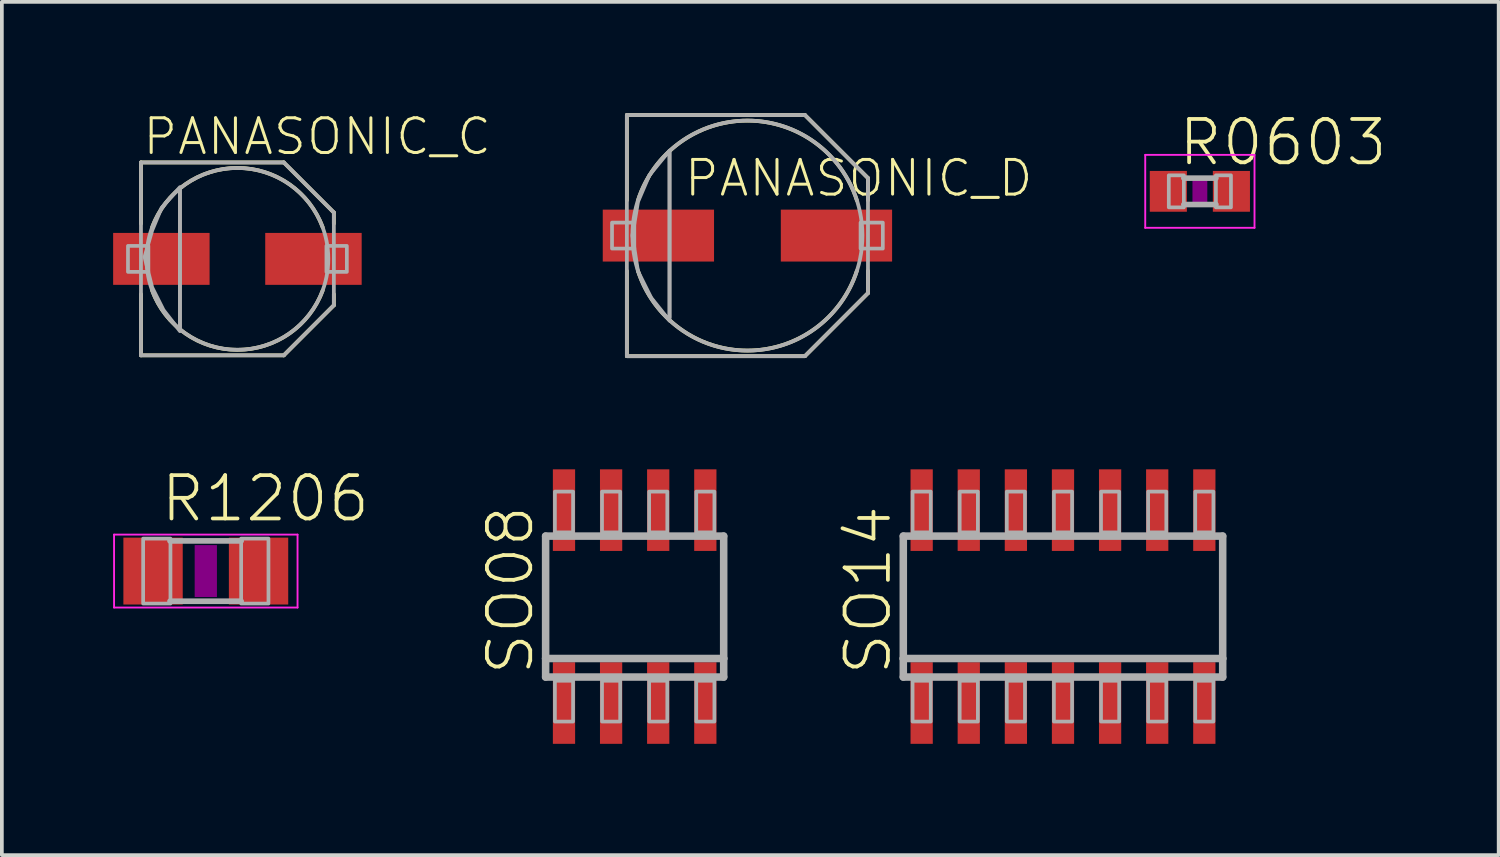
<source format=kicad_pcb>
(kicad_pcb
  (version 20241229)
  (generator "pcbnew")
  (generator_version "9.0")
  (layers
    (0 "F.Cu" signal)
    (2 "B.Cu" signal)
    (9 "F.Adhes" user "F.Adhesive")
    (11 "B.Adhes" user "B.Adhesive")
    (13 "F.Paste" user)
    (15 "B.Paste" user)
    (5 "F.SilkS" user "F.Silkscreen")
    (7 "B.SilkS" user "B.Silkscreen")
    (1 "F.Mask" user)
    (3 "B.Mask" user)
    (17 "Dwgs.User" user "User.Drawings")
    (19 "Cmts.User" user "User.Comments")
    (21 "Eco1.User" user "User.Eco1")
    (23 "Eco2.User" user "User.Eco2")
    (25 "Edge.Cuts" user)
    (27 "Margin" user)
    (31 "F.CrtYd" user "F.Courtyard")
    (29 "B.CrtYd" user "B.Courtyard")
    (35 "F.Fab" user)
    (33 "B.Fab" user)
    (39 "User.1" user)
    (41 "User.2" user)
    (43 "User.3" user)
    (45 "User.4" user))
  (footprint "R1206"
    (layer "F.Cu")
    (at 2.498 12.345)
    (property "Reference" "R1206" (at -1.27 -1.27 0) (layer "F.SilkS") (effects (font (size 1.168 1.168) (thickness 0.102)) (justify left bottom)))
    (fp_poly (pts (xy -0.3 0.7) (xy 0.3 0.7) (xy 0.3 -0.7) (xy -0.3 -0.7)) (stroke (width 0) (type solid)) (fill yes) (layer "F.Adhes"))
    (fp_line (start -2.473 -0.983) (end 2.473 -0.983) (stroke (width 0.051) (type solid)) (layer "F.CrtYd"))
    (fp_line (start -2.473 0.983) (end -2.473 -0.983) (stroke (width 0.051) (type solid)) (layer "F.CrtYd"))
    (fp_line (start 2.473 -0.983) (end 2.473 0.983) (stroke (width 0.051) (type solid)) (layer "F.CrtYd"))
    (fp_line (start 2.473 0.983) (end -2.473 0.983) (stroke (width 0.051) (type solid)) (layer "F.CrtYd"))
    (fp_line (start 0.953 -0.813) (end -0.965 -0.813) (stroke (width 0.152) (type solid)) (layer "F.Fab"))
    (fp_line (start 0.953 0.813) (end -0.965 0.813) (stroke (width 0.152) (type solid)) (layer "F.Fab"))
    (fp_poly (pts (xy -1.689 0.876) (xy -0.953 0.876) (xy -0.953 -0.876) (xy -1.689 -0.876)) (stroke (width 0.1) (type solid)) (fill no) (layer "F.Fab"))
    (fp_poly (pts (xy 0.953 0.876) (xy 1.689 0.876) (xy 1.689 -0.876) (xy 0.953 -0.876)) (stroke (width 0.1) (type solid)) (fill no) (layer "F.Fab"))
    (pad "1" smd rect (at -1.422 0) (size 1.6 1.803) (layers "F.Cu" "F.Mask" "F.Paste"))
    (pad "2" smd rect (at 1.422 0) (size 1.6 1.803) (layers "F.Cu" "F.Mask" "F.Paste")))
  (footprint "PANASONIC_C"
    (layer "F.Cu")
    (at 3.35 3.929)
    (property "Reference" "PANASONIC_C" (at -2.6 -2.75 0) (layer "F.SilkS") (effects (font (size 0.935 0.935) (thickness 0.081)) (justify left bottom)))
    (fp_line (start -2.6 -2.6) (end 1.25 -2.6) (stroke (width 0.102) (type solid)) (layer "F.SilkS"))
    (fp_line (start -2.6 -0.95) (end -2.6 -2.6) (stroke (width 0.102) (type solid)) (layer "F.SilkS"))
    (fp_line (start -2.6 2.6) (end -2.6 0.95) (stroke (width 0.102) (type solid)) (layer "F.SilkS"))
    (fp_line (start 1.25 -2.6) (end 2.6 -1.25) (stroke (width 0.102) (type solid)) (layer "F.SilkS"))
    (fp_line (start 1.25 2.6) (end -2.6 2.6) (stroke (width 0.102) (type solid)) (layer "F.SilkS"))
    (fp_line (start 2.6 -1.25) (end 2.6 -0.95) (stroke (width 0.102) (type solid)) (layer "F.SilkS"))
    (fp_line (start 2.6 0.95) (end 2.6 1.25) (stroke (width 0.102) (type solid)) (layer "F.SilkS"))
    (fp_line (start 2.6 1.25) (end 1.25 2.6) (stroke (width 0.102) (type solid)) (layer "F.SilkS"))
    (fp_arc (start -2.3 -0.85) (mid 0 -2.45204) (end 2.3 -0.85) (stroke (width 0.1016) (type solid)) (layer "F.SilkS"))
    (fp_arc (start 2.3 0.85) (mid 0 2.45204) (end -2.3 0.85) (stroke (width 0.1016) (type solid)) (layer "F.SilkS"))
    (fp_line (start -2.6 -2.6) (end 1.25 -2.6) (stroke (width 0.102) (type solid)) (layer "F.Fab"))
    (fp_line (start -2.6 2.6) (end -2.6 -2.6) (stroke (width 0.102) (type solid)) (layer "F.Fab"))
    (fp_line (start -1.55 -1.85) (end -1.55 1.85) (stroke (width 0.102) (type solid)) (layer "F.Fab"))
    (fp_line (start 1.25 -2.6) (end 2.6 -1.25) (stroke (width 0.102) (type solid)) (layer "F.Fab"))
    (fp_line (start 1.25 2.6) (end -2.6 2.6) (stroke (width 0.102) (type solid)) (layer "F.Fab"))
    (fp_line (start 2.6 -1.25) (end 2.6 1.25) (stroke (width 0.102) (type solid)) (layer "F.Fab"))
    (fp_line (start 2.6 1.25) (end 1.25 2.6) (stroke (width 0.102) (type solid)) (layer "F.Fab"))
    (fp_circle (center 0 0) (end 2.45 0) (stroke (width 0.102) (type solid)) (fill no) (layer "F.Fab"))
    (fp_poly (pts (xy -2.95 0.35) (xy -2.4 0.35) (xy -2.4 -0.35) (xy -2.95 -0.35)) (stroke (width 0.1) (type solid)) (fill no) (layer "F.Fab"))
    (fp_poly (pts (xy 2.4 0.35) (xy 2.95 0.35) (xy 2.95 -0.35) (xy 2.4 -0.35)) (stroke (width 0.1) (type solid)) (fill no) (layer "F.Fab"))
    (fp_poly (pts (xy -1.549 1.948) (xy -1.993 1.377) (xy -2.298 0.768) (xy -2.503 -0.051) (xy -2.298 -0.767) (xy -2.044 -1.377) (xy -1.549 -1.934)) (stroke (width 0.1) (type solid)) (fill no) (layer "F.Fab"))
    (pad "+" smd rect (at 2.05 0) (size 2.6 1.4) (layers "F.Cu" "F.Mask" "F.Paste"))
    (pad "-" smd rect (at -2.05 0) (size 2.6 1.4) (layers "F.Cu" "F.Mask" "F.Paste")))
  (footprint "PANASONIC_D"
    (layer "F.Cu")
    (at 17.099 3.301)
    (property "Reference" "PANASONIC_D" (at -1.75 -1 0) (layer "F.SilkS") (effects (font (size 0.935 0.935) (thickness 0.081)) (justify left bottom)))
    (fp_line (start -3.25 -3.25) (end 1.55 -3.25) (stroke (width 0.102) (type solid)) (layer "F.SilkS"))
    (fp_line (start -3.25 -0.95) (end -3.25 -3.25) (stroke (width 0.102) (type solid)) (layer "F.SilkS"))
    (fp_line (start -3.25 3.25) (end -3.25 0.95) (stroke (width 0.102) (type solid)) (layer "F.SilkS"))
    (fp_line (start 1.55 -3.25) (end 3.25 -1.55) (stroke (width 0.102) (type solid)) (layer "F.SilkS"))
    (fp_line (start 1.55 3.25) (end -3.25 3.25) (stroke (width 0.102) (type solid)) (layer "F.SilkS"))
    (fp_line (start 3.25 -1.55) (end 3.25 -0.95) (stroke (width 0.102) (type solid)) (layer "F.SilkS"))
    (fp_line (start 3.25 0.95) (end 3.25 1.55) (stroke (width 0.102) (type solid)) (layer "F.SilkS"))
    (fp_line (start 3.25 1.55) (end 1.55 3.25) (stroke (width 0.102) (type solid)) (layer "F.SilkS"))
    (fp_arc (start -2.95 -0.95) (mid 0 -3.099193) (end 2.95 -0.95) (stroke (width 0.1016) (type solid)) (layer "F.SilkS"))
    (fp_arc (start 2.95 0.95) (mid 0 3.099193) (end -2.95 0.95) (stroke (width 0.1016) (type solid)) (layer "F.SilkS"))
    (fp_line (start -3.25 -3.25) (end 1.55 -3.25) (stroke (width 0.102) (type solid)) (layer "F.Fab"))
    (fp_line (start -3.25 3.25) (end -3.25 -3.25) (stroke (width 0.102) (type solid)) (layer "F.Fab"))
    (fp_line (start -2.1 -2.25) (end -2.1 2.2) (stroke (width 0.102) (type solid)) (layer "F.Fab"))
    (fp_line (start 1.55 -3.25) (end 3.25 -1.55) (stroke (width 0.102) (type solid)) (layer "F.Fab"))
    (fp_line (start 1.55 3.25) (end -3.25 3.25) (stroke (width 0.102) (type solid)) (layer "F.Fab"))
    (fp_line (start 3.25 -1.55) (end 3.25 1.55) (stroke (width 0.102) (type solid)) (layer "F.Fab"))
    (fp_line (start 3.25 1.55) (end 1.55 3.25) (stroke (width 0.102) (type solid)) (layer "F.Fab"))
    (fp_circle (center 0 0) (end 3.1 0) (stroke (width 0.102) (type solid)) (fill no) (layer "F.Fab"))
    (fp_poly (pts (xy -3.65 0.35) (xy -3.05 0.35) (xy -3.05 -0.35) (xy -3.65 -0.35)) (stroke (width 0.1) (type solid)) (fill no) (layer "F.Fab"))
    (fp_poly (pts (xy 3.05 0.35) (xy 3.65 0.35) (xy 3.65 -0.35) (xy 3.05 -0.35)) (stroke (width 0.1) (type solid)) (fill no) (layer "F.Fab"))
    (fp_poly (pts (xy -2.099 2.295) (xy -2.593 1.678) (xy -2.949 0.966) (xy -3.101 -0.00022) (xy -2.949 -0.914) (xy -2.644 -1.627) (xy -2.099 -2.292)) (stroke (width 0.1) (type solid)) (fill no) (layer "F.Fab"))
    (pad "+" smd rect (at 2.4 0) (size 3 1.4) (layers "F.Cu" "F.Mask" "F.Paste"))
    (pad "-" smd rect (at -2.4 0) (size 3 1.4) (layers "F.Cu" "F.Mask" "F.Paste")))
  (footprint "SO14"
    (layer "F.Cu")
    (at 25.606 13.302)
    (property "Reference" "SO14" (at -4.572 1.905 90) (layer "F.SilkS") (effects (font (size 1.168 1.168) (thickness 0.102)) (justify left bottom)))
    (fp_line (start -4.305 -1.9) (end 4.305 -1.9) (stroke (width 0.203) (type solid)) (layer "F.Fab"))
    (fp_line (start -4.305 1.4) (end -4.305 -1.9) (stroke (width 0.203) (type solid)) (layer "F.Fab"))
    (fp_line (start -4.305 1.9) (end -4.305 1.4) (stroke (width 0.203) (type solid)) (layer "F.Fab"))
    (fp_line (start 4.305 -1.9) (end 4.305 1.4) (stroke (width 0.203) (type solid)) (layer "F.Fab"))
    (fp_line (start 4.305 1.4) (end -4.305 1.4) (stroke (width 0.203) (type solid)) (layer "F.Fab"))
    (fp_line (start 4.305 1.4) (end 4.305 1.9) (stroke (width 0.203) (type solid)) (layer "F.Fab"))
    (fp_line (start 4.305 1.9) (end -4.305 1.9) (stroke (width 0.203) (type solid)) (layer "F.Fab"))
    (fp_poly (pts (xy -4.055 -2) (xy -3.565 -2) (xy -3.565 -3.1) (xy -4.055 -3.1)) (stroke (width 0.1) (type solid)) (fill no) (layer "F.Fab"))
    (fp_poly (pts (xy -4.055 3.1) (xy -3.565 3.1) (xy -3.565 2) (xy -4.055 2)) (stroke (width 0.1) (type solid)) (fill no) (layer "F.Fab"))
    (fp_poly (pts (xy -2.785 -2) (xy -2.295 -2) (xy -2.295 -3.1) (xy -2.785 -3.1)) (stroke (width 0.1) (type solid)) (fill no) (layer "F.Fab"))
    (fp_poly (pts (xy -2.785 3.1) (xy -2.295 3.1) (xy -2.295 2) (xy -2.785 2)) (stroke (width 0.1) (type solid)) (fill no) (layer "F.Fab"))
    (fp_poly (pts (xy -1.515 -2) (xy -1.025 -2) (xy -1.025 -3.1) (xy -1.515 -3.1)) (stroke (width 0.1) (type solid)) (fill no) (layer "F.Fab"))
    (fp_poly (pts (xy -1.515 3.1) (xy -1.025 3.1) (xy -1.025 2) (xy -1.515 2)) (stroke (width 0.1) (type solid)) (fill no) (layer "F.Fab"))
    (fp_poly (pts (xy -0.245 -2) (xy 0.245 -2) (xy 0.245 -3.1) (xy -0.245 -3.1)) (stroke (width 0.1) (type solid)) (fill no) (layer "F.Fab"))
    (fp_poly (pts (xy -0.245 3.1) (xy 0.245 3.1) (xy 0.245 2) (xy -0.245 2)) (stroke (width 0.1) (type solid)) (fill no) (layer "F.Fab"))
    (fp_poly (pts (xy 1.025 -2) (xy 1.515 -2) (xy 1.515 -3.1) (xy 1.025 -3.1)) (stroke (width 0.1) (type solid)) (fill no) (layer "F.Fab"))
    (fp_poly (pts (xy 1.025 3.1) (xy 1.515 3.1) (xy 1.515 2) (xy 1.025 2)) (stroke (width 0.1) (type solid)) (fill no) (layer "F.Fab"))
    (fp_poly (pts (xy 2.295 -2) (xy 2.785 -2) (xy 2.785 -3.1) (xy 2.295 -3.1)) (stroke (width 0.1) (type solid)) (fill no) (layer "F.Fab"))
    (fp_poly (pts (xy 2.295 3.1) (xy 2.785 3.1) (xy 2.785 2) (xy 2.295 2)) (stroke (width 0.1) (type solid)) (fill no) (layer "F.Fab"))
    (fp_poly (pts (xy 3.565 -2) (xy 4.055 -2) (xy 4.055 -3.1) (xy 3.565 -3.1)) (stroke (width 0.1) (type solid)) (fill no) (layer "F.Fab"))
    (fp_poly (pts (xy 3.565 3.1) (xy 4.055 3.1) (xy 4.055 2) (xy 3.565 2)) (stroke (width 0.1) (type solid)) (fill no) (layer "F.Fab"))
    (pad "1" smd rect (at -3.81 2.6) (size 0.6 2.2) (layers "F.Cu" "F.Mask" "F.Paste"))
    (pad "2" smd rect (at -2.54 2.6) (size 0.6 2.2) (layers "F.Cu" "F.Mask" "F.Paste"))
    (pad "3" smd rect (at -1.27 2.6) (size 0.6 2.2) (layers "F.Cu" "F.Mask" "F.Paste"))
    (pad "4" smd rect (at 0 2.6) (size 0.6 2.2) (layers "F.Cu" "F.Mask" "F.Paste"))
    (pad "5" smd rect (at 1.27 2.6) (size 0.6 2.2) (layers "F.Cu" "F.Mask" "F.Paste"))
    (pad "6" smd rect (at 2.54 2.6) (size 0.6 2.2) (layers "F.Cu" "F.Mask" "F.Paste"))
    (pad "7" smd rect (at 3.81 2.6) (size 0.6 2.2) (layers "F.Cu" "F.Mask" "F.Paste"))
    (pad "8" smd rect (at 3.81 -2.6) (size 0.6 2.2) (layers "F.Cu" "F.Mask" "F.Paste"))
    (pad "9" smd rect (at 2.54 -2.6) (size 0.6 2.2) (layers "F.Cu" "F.Mask" "F.Paste"))
    (pad "10" smd rect (at 1.27 -2.6) (size 0.6 2.2) (layers "F.Cu" "F.Mask" "F.Paste"))
    (pad "11" smd rect (at 0 -2.6) (size 0.6 2.2) (layers "F.Cu" "F.Mask" "F.Paste"))
    (pad "12" smd rect (at -1.27 -2.6) (size 0.6 2.2) (layers "F.Cu" "F.Mask" "F.Paste"))
    (pad "13" smd rect (at -2.54 -2.6) (size 0.6 2.2) (layers "F.Cu" "F.Mask" "F.Paste"))
    (pad "14" smd rect (at -3.81 -2.6) (size 0.6 2.2) (layers "F.Cu" "F.Mask" "F.Paste")))
  (footprint "R0603"
    (layer "F.Cu")
    (at 29.296 2.108)
    (property "Reference" "R0603" (at -0.635 -0.635 0) (layer "F.SilkS") (effects (font (size 1.168 1.168) (thickness 0.102)) (justify left bottom)))
    (fp_poly (pts (xy -0.2 0.4) (xy 0.2 0.4) (xy 0.2 -0.4) (xy -0.2 -0.4)) (stroke (width 0) (type solid)) (fill yes) (layer "F.Adhes"))
    (fp_line (start -1.473 -0.983) (end 1.473 -0.983) (stroke (width 0.051) (type solid)) (layer "F.CrtYd"))
    (fp_line (start -1.473 0.983) (end -1.473 -0.983) (stroke (width 0.051) (type solid)) (layer "F.CrtYd"))
    (fp_line (start 1.473 -0.983) (end 1.473 0.983) (stroke (width 0.051) (type solid)) (layer "F.CrtYd"))
    (fp_line (start 1.473 0.983) (end -1.473 0.983) (stroke (width 0.051) (type solid)) (layer "F.CrtYd"))
    (fp_line (start -0.432 0.356) (end 0.432 0.356) (stroke (width 0.152) (type solid)) (layer "F.Fab"))
    (fp_line (start 0.432 -0.356) (end -0.432 -0.356) (stroke (width 0.152) (type solid)) (layer "F.Fab"))
    (fp_poly (pts (xy -0.838 0.432) (xy -0.432 0.432) (xy -0.432 -0.432) (xy -0.838 -0.432)) (stroke (width 0.1) (type solid)) (fill no) (layer "F.Fab"))
    (fp_poly (pts (xy 0.432 0.432) (xy 0.838 0.432) (xy 0.838 -0.432) (xy 0.432 -0.432)) (stroke (width 0.1) (type solid)) (fill no) (layer "F.Fab"))
    (pad "1" smd rect (at -0.85 0) (size 1 1.1) (layers "F.Cu" "F.Mask" "F.Paste"))
    (pad "2" smd rect (at 0.85 0) (size 1 1.1) (layers "F.Cu" "F.Mask" "F.Paste")))
  (footprint "SO08"
    (layer "F.Cu")
    (at 14.059 13.302)
    (property "Reference" "SO08" (at -2.667 1.905 90) (layer "F.SilkS") (effects (font (size 1.168 1.168) (thickness 0.102)) (justify left bottom)))
    (fp_line (start -2.4 -1.9) (end 2.4 -1.9) (stroke (width 0.203) (type solid)) (layer "F.Fab"))
    (fp_line (start -2.4 1.4) (end -2.4 -1.9) (stroke (width 0.203) (type solid)) (layer "F.Fab"))
    (fp_line (start -2.4 1.9) (end -2.4 1.4) (stroke (width 0.203) (type solid)) (layer "F.Fab"))
    (fp_line (start 2.4 -1.9) (end 2.4 1.4) (stroke (width 0.203) (type solid)) (layer "F.Fab"))
    (fp_line (start 2.4 1.4) (end -2.4 1.4) (stroke (width 0.203) (type solid)) (layer "F.Fab"))
    (fp_line (start 2.4 1.4) (end 2.4 1.9) (stroke (width 0.203) (type solid)) (layer "F.Fab"))
    (fp_line (start 2.4 1.9) (end -2.4 1.9) (stroke (width 0.203) (type solid)) (layer "F.Fab"))
    (fp_poly (pts (xy -2.15 -2) (xy -1.66 -2) (xy -1.66 -3.1) (xy -2.15 -3.1)) (stroke (width 0.1) (type solid)) (fill no) (layer "F.Fab"))
    (fp_poly (pts (xy -2.15 3.1) (xy -1.66 3.1) (xy -1.66 2) (xy -2.15 2)) (stroke (width 0.1) (type solid)) (fill no) (layer "F.Fab"))
    (fp_poly (pts (xy -0.88 -2) (xy -0.39 -2) (xy -0.39 -3.1) (xy -0.88 -3.1)) (stroke (width 0.1) (type solid)) (fill no) (layer "F.Fab"))
    (fp_poly (pts (xy -0.88 3.1) (xy -0.39 3.1) (xy -0.39 2) (xy -0.88 2)) (stroke (width 0.1) (type solid)) (fill no) (layer "F.Fab"))
    (fp_poly (pts (xy 0.39 -2) (xy 0.88 -2) (xy 0.88 -3.1) (xy 0.39 -3.1)) (stroke (width 0.1) (type solid)) (fill no) (layer "F.Fab"))
    (fp_poly (pts (xy 0.39 3.1) (xy 0.88 3.1) (xy 0.88 2) (xy 0.39 2)) (stroke (width 0.1) (type solid)) (fill no) (layer "F.Fab"))
    (fp_poly (pts (xy 1.66 -2) (xy 2.15 -2) (xy 2.15 -3.1) (xy 1.66 -3.1)) (stroke (width 0.1) (type solid)) (fill no) (layer "F.Fab"))
    (fp_poly (pts (xy 1.66 3.1) (xy 2.15 3.1) (xy 2.15 2) (xy 1.66 2)) (stroke (width 0.1) (type solid)) (fill no) (layer "F.Fab"))
    (pad "1" smd rect (at -1.905 2.6) (size 0.6 2.2) (layers "F.Cu" "F.Mask" "F.Paste"))
    (pad "2" smd rect (at -0.635 2.6) (size 0.6 2.2) (layers "F.Cu" "F.Mask" "F.Paste"))
    (pad "3" smd rect (at 0.635 2.6) (size 0.6 2.2) (layers "F.Cu" "F.Mask" "F.Paste"))
    (pad "4" smd rect (at 1.905 2.6) (size 0.6 2.2) (layers "F.Cu" "F.Mask" "F.Paste"))
    (pad "5" smd rect (at 1.905 -2.6) (size 0.6 2.2) (layers "F.Cu" "F.Mask" "F.Paste"))
    (pad "6" smd rect (at 0.635 -2.6) (size 0.6 2.2) (layers "F.Cu" "F.Mask" "F.Paste"))
    (pad "7" smd rect (at -0.635 -2.6) (size 0.6 2.2) (layers "F.Cu" "F.Mask" "F.Paste"))
    (pad "8" smd rect (at -1.905 -2.6) (size 0.6 2.2) (layers "F.Cu" "F.Mask" "F.Paste")))
  (gr_rect
    (start -3 -3)
    (end 37.351 20.002)
    (stroke (width 0.1) (type default))
    (fill no)
    (layer "Edge.Cuts")))
</source>
